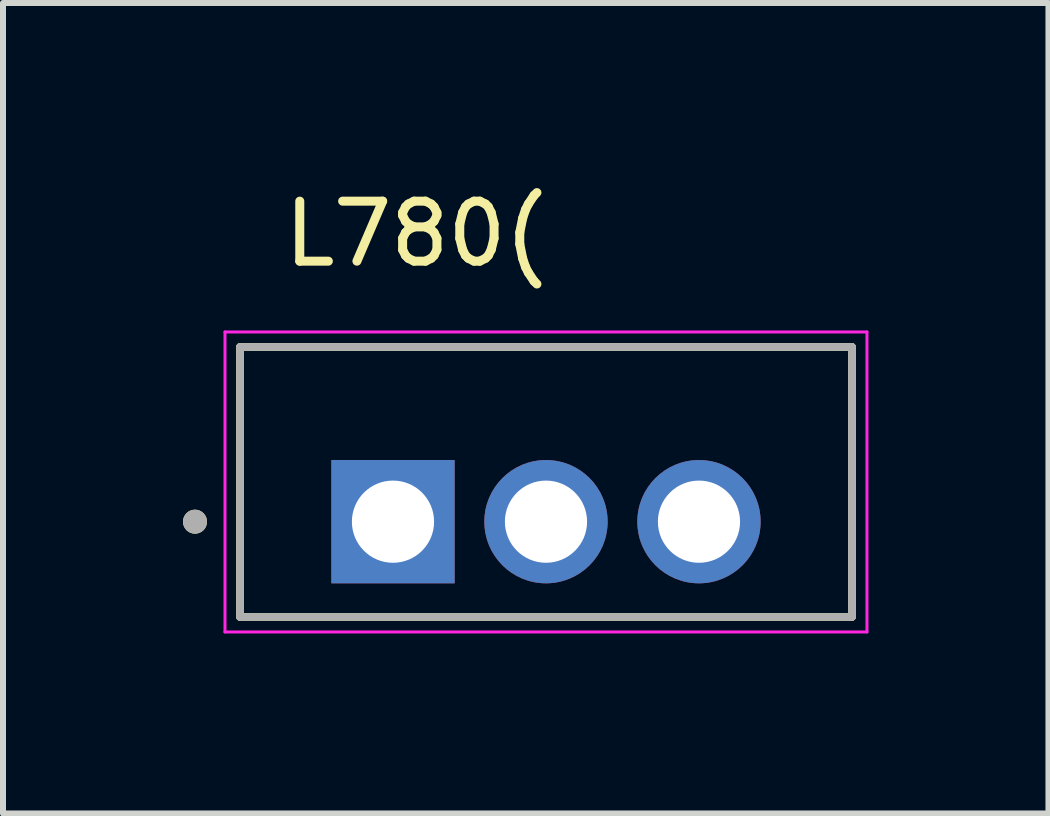
<source format=kicad_pcb>
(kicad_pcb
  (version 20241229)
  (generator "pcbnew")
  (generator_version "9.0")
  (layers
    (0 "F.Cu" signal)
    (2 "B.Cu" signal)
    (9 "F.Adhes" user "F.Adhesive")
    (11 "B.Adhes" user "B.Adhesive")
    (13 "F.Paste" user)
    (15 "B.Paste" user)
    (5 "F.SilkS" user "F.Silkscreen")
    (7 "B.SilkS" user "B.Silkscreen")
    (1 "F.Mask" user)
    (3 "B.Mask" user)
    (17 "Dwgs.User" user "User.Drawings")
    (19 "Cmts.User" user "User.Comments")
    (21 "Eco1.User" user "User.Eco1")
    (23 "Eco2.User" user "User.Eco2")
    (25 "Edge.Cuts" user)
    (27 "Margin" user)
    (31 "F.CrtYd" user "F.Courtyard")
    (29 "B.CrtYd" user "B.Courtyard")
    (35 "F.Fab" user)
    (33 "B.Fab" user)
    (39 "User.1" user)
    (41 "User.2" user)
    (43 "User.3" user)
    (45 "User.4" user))
  (footprint "L780("
    (layer "F.Cu")
    (at 6.05 4.983)
    (property "Reference" "L780(" (at -2.175 -4.135 0) (layer "F.SilkS") (effects (font (size 1 1) (thickness 0.15))))
    (attr through_hole)
    (fp_line (start -5.1 -2.25) (end 5.1 -2.25) (stroke (width 0.127) (type solid)) (layer "F.SilkS"))
    (fp_line (start -5.1 2.25) (end -5.1 -2.25) (stroke (width 0.127) (type solid)) (layer "F.SilkS"))
    (fp_line (start 5.1 -2.25) (end 5.1 2.25) (stroke (width 0.127) (type solid)) (layer "F.SilkS"))
    (fp_line (start 5.1 2.25) (end -5.1 2.25) (stroke (width 0.127) (type solid)) (layer "F.SilkS"))
    (fp_circle (center -5.85 0.662) (end -5.75 0.662) (stroke (width 0.2) (type solid)) (fill no) (layer "F.SilkS"))
    (fp_line (start -5.35 -2.5) (end -5.35 2.5) (stroke (width 0.05) (type solid)) (layer "F.CrtYd"))
    (fp_line (start -5.35 2.5) (end 5.35 2.5) (stroke (width 0.05) (type solid)) (layer "F.CrtYd"))
    (fp_line (start 5.35 -2.5) (end -5.35 -2.5) (stroke (width 0.05) (type solid)) (layer "F.CrtYd"))
    (fp_line (start 5.35 2.5) (end 5.35 -2.5) (stroke (width 0.05) (type solid)) (layer "F.CrtYd"))
    (fp_line (start -5.1 -2.25) (end 5.1 -2.25) (stroke (width 0.127) (type solid)) (layer "F.Fab"))
    (fp_line (start -5.1 2.25) (end -5.1 -2.25) (stroke (width 0.127) (type solid)) (layer "F.Fab"))
    (fp_line (start 5.1 -2.25) (end 5.1 2.25) (stroke (width 0.127) (type solid)) (layer "F.Fab"))
    (fp_line (start 5.1 2.25) (end -5.1 2.25) (stroke (width 0.127) (type solid)) (layer "F.Fab"))
    (fp_circle (center -5.85 0.662) (end -5.75 0.662) (stroke (width 0.2) (type solid)) (fill no) (layer "F.Fab"))
    (pad "1" thru_hole rect (at -2.55 0.662) (size 2.055 2.055) (drill 1.37) (layers "*.Cu" "*.Mask"))
    (pad "2" thru_hole circle (at 0 0.662) (size 2.055 2.055) (drill 1.37) (layers "*.Cu" "*.Mask"))
    (pad "3" thru_hole circle (at 2.55 0.662) (size 2.055 2.055) (drill 1.37) (layers "*.Cu" "*.Mask")))
  (gr_rect
    (start -3 -3)
    (end 14.425 10.508)
    (stroke (width 0.1) (type default))
    (fill no)
    (layer "Edge.Cuts")))
</source>
